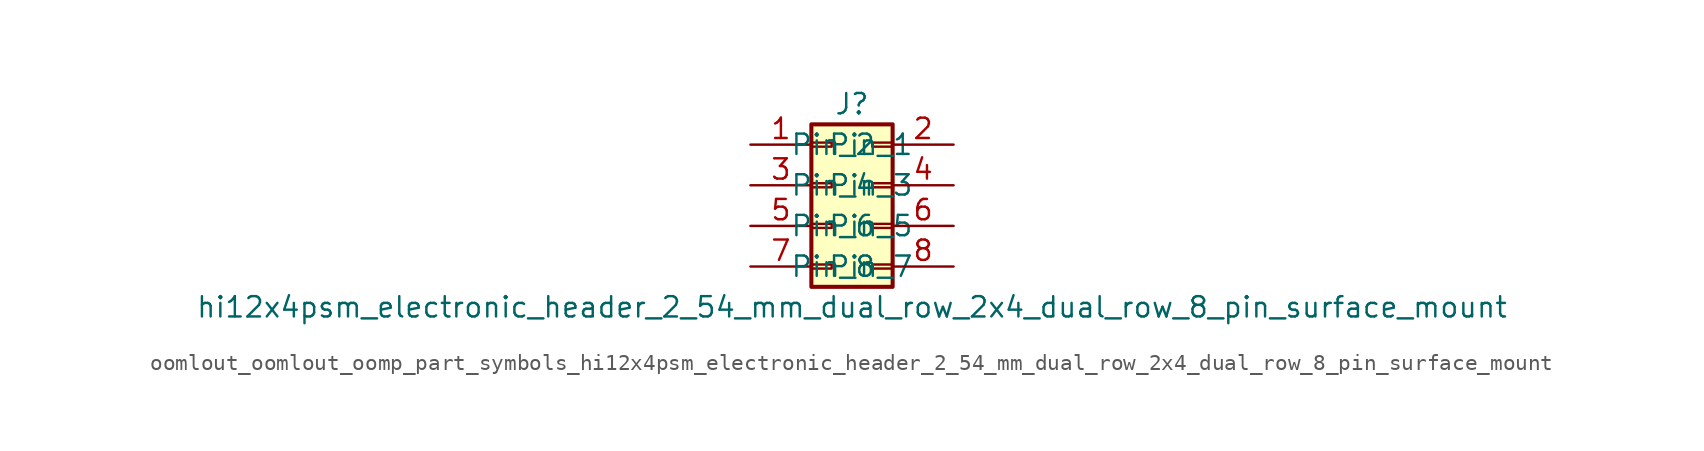
<source format=kicad_sym>
(kicad_symbol_lib
  (version 20220914)
  (generator kicad_symbol_editor)
  (symbol "oomlout_oomlout_oomp_part_symbols_hi12x4psm_electronic_header_2_54_mm_dual_row_2x4_dual_row_8_pin_surface_mount"
    (pin_names
      (offset 1.016))
    (property "Reference" "J"
      (at 1.27 5.08 0)
      (effects (font (size 1.27 1.27))))
    (property "Value" "hi12x4psm_electronic_header_2_54_mm_dual_row_2x4_dual_row_8_pin_surface_mount"
      (at 1.27 -7.62 0)
      (effects (font (size 1.27 1.27))))
    (symbol "oomlout_oomlout_oomp_part_symbols_hi12x4psm_electronic_header_2_54_mm_dual_row_2x4_dual_row_8_pin_surface_mount_1_1"
      (rectangle (start -1.27 -4.953) (end 0 -5.207) (stroke (width 0.152) (type default)) (fill (type none)))
      (rectangle (start -1.27 -2.413) (end 0 -2.667) (stroke (width 0.152) (type default)) (fill (type none)))
      (rectangle (start -1.27 0.127) (end 0 -0.127) (stroke (width 0.152) (type default)) (fill (type none)))
      (rectangle (start -1.27 2.667) (end 0 2.413) (stroke (width 0.152) (type default)) (fill (type none)))
      (rectangle (start -1.27 3.81) (end 3.81 -6.35) (stroke (width 0.254) (type default)) (fill (type background)))
      (rectangle (start 3.81 -4.953) (end 2.54 -5.207) (stroke (width 0.152) (type default)) (fill (type none)))
      (rectangle (start 3.81 -2.413) (end 2.54 -2.667) (stroke (width 0.152) (type default)) (fill (type none)))
      (rectangle (start 3.81 0.127) (end 2.54 -0.127) (stroke (width 0.152) (type default)) (fill (type none)))
      (rectangle (start 3.81 2.667) (end 2.54 2.413) (stroke (width 0.152) (type default)) (fill (type none)))
      (pin passive line (at -5.08 2.54 0) (length 3.81) (name "Pin_1" (effects (font (size 1.27 1.27)))) (number "1" (effects (font (size 1.27 1.27)))))
      (pin passive line (at 7.62 2.54 180) (length 3.81) (name "Pin_2" (effects (font (size 1.27 1.27)))) (number "2" (effects (font (size 1.27 1.27)))))
      (pin passive line (at -5.08 0 0) (length 3.81) (name "Pin_3" (effects (font (size 1.27 1.27)))) (number "3" (effects (font (size 1.27 1.27)))))
      (pin passive line (at 7.62 0 180) (length 3.81) (name "Pin_4" (effects (font (size 1.27 1.27)))) (number "4" (effects (font (size 1.27 1.27)))))
      (pin passive line (at -5.08 -2.54 0) (length 3.81) (name "Pin_5" (effects (font (size 1.27 1.27)))) (number "5" (effects (font (size 1.27 1.27)))))
      (pin passive line (at 7.62 -2.54 180) (length 3.81) (name "Pin_6" (effects (font (size 1.27 1.27)))) (number "6" (effects (font (size 1.27 1.27)))))
      (pin passive line (at -5.08 -5.08 0) (length 3.81) (name "Pin_7" (effects (font (size 1.27 1.27)))) (number "7" (effects (font (size 1.27 1.27)))))
      (pin passive line (at 7.62 -5.08 180) (length 3.81) (name "Pin_8" (effects (font (size 1.27 1.27)))) (number "8" (effects (font (size 1.27 1.27))))))))
</source>
